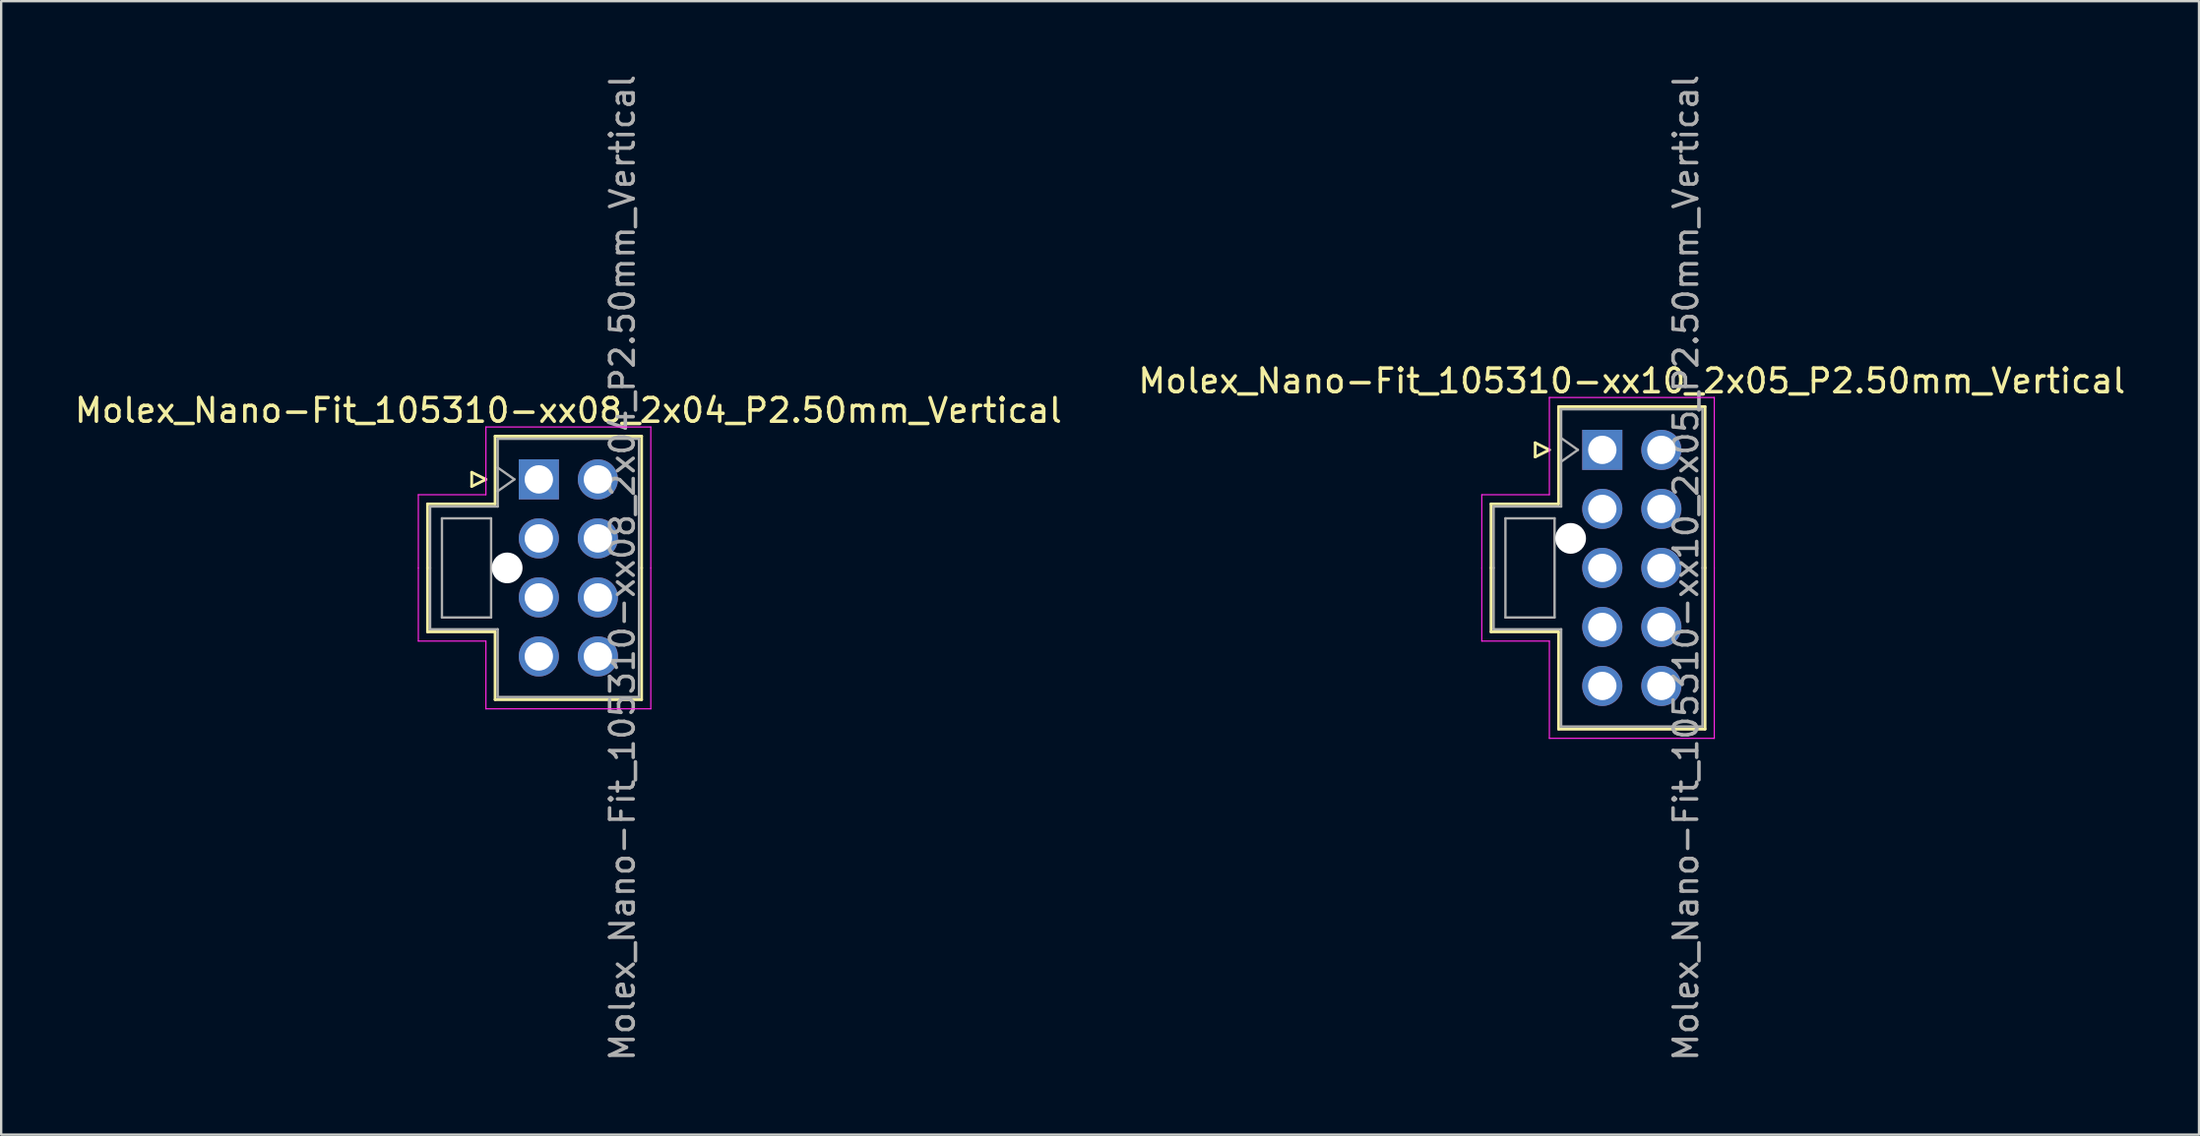
<source format=kicad_pcb>
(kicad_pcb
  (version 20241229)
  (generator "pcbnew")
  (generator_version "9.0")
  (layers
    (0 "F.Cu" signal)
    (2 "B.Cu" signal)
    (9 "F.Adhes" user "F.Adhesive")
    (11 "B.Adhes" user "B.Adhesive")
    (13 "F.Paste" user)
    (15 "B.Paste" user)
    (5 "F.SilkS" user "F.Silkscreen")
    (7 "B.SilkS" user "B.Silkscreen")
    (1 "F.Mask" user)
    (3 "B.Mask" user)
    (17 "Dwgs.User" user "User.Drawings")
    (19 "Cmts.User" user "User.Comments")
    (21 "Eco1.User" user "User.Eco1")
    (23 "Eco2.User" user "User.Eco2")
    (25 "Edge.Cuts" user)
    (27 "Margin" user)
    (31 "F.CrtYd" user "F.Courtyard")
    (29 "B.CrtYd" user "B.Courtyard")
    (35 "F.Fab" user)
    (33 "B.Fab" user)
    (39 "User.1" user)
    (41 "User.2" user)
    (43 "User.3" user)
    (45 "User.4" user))
  (footprint "Molex_Nano-Fit_105310-xx08_2x04_P2.50mm_Vertical"
    (layer "F.Cu")
    (at 19.756 17.256)
    (property "Reference" "Molex_Nano-Fit_105310-xx08_2x04_P2.50mm_Vertical" (at 1.25 -2.92 0) (layer "F.SilkS") (effects (font (size 1 1) (thickness 0.15))))
    (attr through_hole)
    (fp_line (start -4.71 1.04) (end -4.71 3.75) (stroke (width 0.12) (type solid)) (layer "F.SilkS"))
    (fp_line (start -4.71 6.46) (end -4.71 3.75) (stroke (width 0.12) (type solid)) (layer "F.SilkS"))
    (fp_line (start -2.84 -0.3) (end -2.24 0) (stroke (width 0.12) (type solid)) (layer "F.SilkS"))
    (fp_line (start -2.84 0.3) (end -2.84 -0.3) (stroke (width 0.12) (type solid)) (layer "F.SilkS"))
    (fp_line (start -2.24 0) (end -2.84 0.3) (stroke (width 0.12) (type solid)) (layer "F.SilkS"))
    (fp_line (start -1.85 -1.83) (end -1.85 1.04) (stroke (width 0.12) (type solid)) (layer "F.SilkS"))
    (fp_line (start -1.85 1.04) (end -4.71 1.04) (stroke (width 0.12) (type solid)) (layer "F.SilkS"))
    (fp_line (start -1.85 6.46) (end -4.71 6.46) (stroke (width 0.12) (type solid)) (layer "F.SilkS"))
    (fp_line (start -1.85 9.33) (end -1.85 6.46) (stroke (width 0.12) (type solid)) (layer "F.SilkS"))
    (fp_line (start 4.35 -1.83) (end -1.85 -1.83) (stroke (width 0.12) (type solid)) (layer "F.SilkS"))
    (fp_line (start 4.35 3.75) (end 4.35 -1.83) (stroke (width 0.12) (type solid)) (layer "F.SilkS"))
    (fp_line (start 4.35 3.75) (end 4.35 9.33) (stroke (width 0.12) (type solid)) (layer "F.SilkS"))
    (fp_line (start 4.35 9.33) (end -1.85 9.33) (stroke (width 0.12) (type solid)) (layer "F.SilkS"))
    (fp_line (start -5.1 0.65) (end -5.1 3.75) (stroke (width 0.05) (type solid)) (layer "F.CrtYd"))
    (fp_line (start -5.1 6.85) (end -5.1 3.75) (stroke (width 0.05) (type solid)) (layer "F.CrtYd"))
    (fp_line (start -2.24 -2.22) (end -2.24 0.65) (stroke (width 0.05) (type solid)) (layer "F.CrtYd"))
    (fp_line (start -2.24 0.65) (end -5.1 0.65) (stroke (width 0.05) (type solid)) (layer "F.CrtYd"))
    (fp_line (start -2.24 6.85) (end -5.1 6.85) (stroke (width 0.05) (type solid)) (layer "F.CrtYd"))
    (fp_line (start -2.24 9.72) (end -2.24 6.85) (stroke (width 0.05) (type solid)) (layer "F.CrtYd"))
    (fp_line (start 4.74 -2.22) (end -2.24 -2.22) (stroke (width 0.05) (type solid)) (layer "F.CrtYd"))
    (fp_line (start 4.74 3.75) (end 4.74 -2.22) (stroke (width 0.05) (type solid)) (layer "F.CrtYd"))
    (fp_line (start 4.74 3.75) (end 4.74 9.72) (stroke (width 0.05) (type solid)) (layer "F.CrtYd"))
    (fp_line (start 4.74 9.72) (end -2.24 9.72) (stroke (width 0.05) (type solid)) (layer "F.CrtYd"))
    (fp_line (start -4.6 1.15) (end -4.6 3.75) (stroke (width 0.1) (type solid)) (layer "F.Fab"))
    (fp_line (start -4.6 6.35) (end -4.6 3.75) (stroke (width 0.1) (type solid)) (layer "F.Fab"))
    (fp_line (start -4.1 1.65) (end -4.1 5.85) (stroke (width 0.1) (type solid)) (layer "F.Fab"))
    (fp_line (start -4.1 5.85) (end -2.02 5.85) (stroke (width 0.1) (type solid)) (layer "F.Fab"))
    (fp_line (start -2.02 1.65) (end -4.1 1.65) (stroke (width 0.1) (type solid)) (layer "F.Fab"))
    (fp_line (start -2.02 5.85) (end -2.02 1.65) (stroke (width 0.1) (type solid)) (layer "F.Fab"))
    (fp_line (start -1.74 -1.72) (end -1.74 1.15) (stroke (width 0.1) (type solid)) (layer "F.Fab"))
    (fp_line (start -1.74 -0.5) (end -1.033 0) (stroke (width 0.1) (type solid)) (layer "F.Fab"))
    (fp_line (start -1.74 1.15) (end -4.6 1.15) (stroke (width 0.1) (type solid)) (layer "F.Fab"))
    (fp_line (start -1.74 6.35) (end -4.6 6.35) (stroke (width 0.1) (type solid)) (layer "F.Fab"))
    (fp_line (start -1.74 9.22) (end -1.74 6.35) (stroke (width 0.1) (type solid)) (layer "F.Fab"))
    (fp_line (start -1.033 0) (end -1.74 0.5) (stroke (width 0.1) (type solid)) (layer "F.Fab"))
    (fp_line (start 4.24 -1.72) (end -1.74 -1.72) (stroke (width 0.1) (type solid)) (layer "F.Fab"))
    (fp_line (start 4.24 3.75) (end 4.24 -1.72) (stroke (width 0.1) (type solid)) (layer "F.Fab"))
    (fp_line (start 4.24 3.75) (end 4.24 9.22) (stroke (width 0.1) (type solid)) (layer "F.Fab"))
    (fp_line (start 4.24 9.22) (end -1.74 9.22) (stroke (width 0.1) (type solid)) (layer "F.Fab"))
    (fp_text user "${REFERENCE}" (at 3.54 3.75 90) (layer "F.Fab") (effects (font (size 1 1) (thickness 0.15))))
    (pad "" np_thru_hole circle (at -1.34 3.75) (size 1.3 1.3) (drill 1.3) (layers "*.Cu" "*.Mask"))
    (pad "1" thru_hole rect (at 0 0) (size 1.7 1.7) (drill 1.2) (layers "*.Cu" "*.Mask"))
    (pad "2" thru_hole circle (at 0 2.5) (size 1.7 1.7) (drill 1.2) (layers "*.Cu" "*.Mask"))
    (pad "3" thru_hole circle (at 0 5) (size 1.7 1.7) (drill 1.2) (layers "*.Cu" "*.Mask"))
    (pad "4" thru_hole circle (at 0 7.5) (size 1.7 1.7) (drill 1.2) (layers "*.Cu" "*.Mask"))
    (pad "5" thru_hole circle (at 2.5 0) (size 1.7 1.7) (drill 1.2) (layers "*.Cu" "*.Mask"))
    (pad "6" thru_hole circle (at 2.5 2.5) (size 1.7 1.7) (drill 1.2) (layers "*.Cu" "*.Mask"))
    (pad "7" thru_hole circle (at 2.5 5) (size 1.7 1.7) (drill 1.2) (layers "*.Cu" "*.Mask"))
    (pad "8" thru_hole circle (at 2.5 7.5) (size 1.7 1.7) (drill 1.2) (layers "*.Cu" "*.Mask")))
  (footprint "Molex_Nano-Fit_105310-xx10_2x05_P2.50mm_Vertical"
    (layer "F.Cu")
    (at 64.768 16.006)
    (property "Reference" "Molex_Nano-Fit_105310-xx10_2x05_P2.50mm_Vertical" (at 1.25 -2.92 0) (layer "F.SilkS") (effects (font (size 1 1) (thickness 0.15))))
    (attr through_hole)
    (fp_line (start -4.71 2.29) (end -4.71 5) (stroke (width 0.12) (type solid)) (layer "F.SilkS"))
    (fp_line (start -4.71 7.71) (end -4.71 5) (stroke (width 0.12) (type solid)) (layer "F.SilkS"))
    (fp_line (start -2.84 -0.3) (end -2.24 0) (stroke (width 0.12) (type solid)) (layer "F.SilkS"))
    (fp_line (start -2.84 0.3) (end -2.84 -0.3) (stroke (width 0.12) (type solid)) (layer "F.SilkS"))
    (fp_line (start -2.24 0) (end -2.84 0.3) (stroke (width 0.12) (type solid)) (layer "F.SilkS"))
    (fp_line (start -1.85 -1.83) (end -1.85 2.29) (stroke (width 0.12) (type solid)) (layer "F.SilkS"))
    (fp_line (start -1.85 2.29) (end -4.71 2.29) (stroke (width 0.12) (type solid)) (layer "F.SilkS"))
    (fp_line (start -1.85 7.71) (end -4.71 7.71) (stroke (width 0.12) (type solid)) (layer "F.SilkS"))
    (fp_line (start -1.85 11.83) (end -1.85 7.71) (stroke (width 0.12) (type solid)) (layer "F.SilkS"))
    (fp_line (start 4.35 -1.83) (end -1.85 -1.83) (stroke (width 0.12) (type solid)) (layer "F.SilkS"))
    (fp_line (start 4.35 5) (end 4.35 -1.83) (stroke (width 0.12) (type solid)) (layer "F.SilkS"))
    (fp_line (start 4.35 5) (end 4.35 11.83) (stroke (width 0.12) (type solid)) (layer "F.SilkS"))
    (fp_line (start 4.35 11.83) (end -1.85 11.83) (stroke (width 0.12) (type solid)) (layer "F.SilkS"))
    (fp_line (start -5.1 1.9) (end -5.1 5) (stroke (width 0.05) (type solid)) (layer "F.CrtYd"))
    (fp_line (start -5.1 8.1) (end -5.1 5) (stroke (width 0.05) (type solid)) (layer "F.CrtYd"))
    (fp_line (start -2.24 -2.22) (end -2.24 1.9) (stroke (width 0.05) (type solid)) (layer "F.CrtYd"))
    (fp_line (start -2.24 1.9) (end -5.1 1.9) (stroke (width 0.05) (type solid)) (layer "F.CrtYd"))
    (fp_line (start -2.24 8.1) (end -5.1 8.1) (stroke (width 0.05) (type solid)) (layer "F.CrtYd"))
    (fp_line (start -2.24 12.22) (end -2.24 8.1) (stroke (width 0.05) (type solid)) (layer "F.CrtYd"))
    (fp_line (start 4.74 -2.22) (end -2.24 -2.22) (stroke (width 0.05) (type solid)) (layer "F.CrtYd"))
    (fp_line (start 4.74 5) (end 4.74 -2.22) (stroke (width 0.05) (type solid)) (layer "F.CrtYd"))
    (fp_line (start 4.74 5) (end 4.74 12.22) (stroke (width 0.05) (type solid)) (layer "F.CrtYd"))
    (fp_line (start 4.74 12.22) (end -2.24 12.22) (stroke (width 0.05) (type solid)) (layer "F.CrtYd"))
    (fp_line (start -4.6 2.4) (end -4.6 5) (stroke (width 0.1) (type solid)) (layer "F.Fab"))
    (fp_line (start -4.6 7.6) (end -4.6 5) (stroke (width 0.1) (type solid)) (layer "F.Fab"))
    (fp_line (start -4.1 2.9) (end -4.1 7.1) (stroke (width 0.1) (type solid)) (layer "F.Fab"))
    (fp_line (start -4.1 7.1) (end -2.02 7.1) (stroke (width 0.1) (type solid)) (layer "F.Fab"))
    (fp_line (start -2.02 2.9) (end -4.1 2.9) (stroke (width 0.1) (type solid)) (layer "F.Fab"))
    (fp_line (start -2.02 7.1) (end -2.02 2.9) (stroke (width 0.1) (type solid)) (layer "F.Fab"))
    (fp_line (start -1.74 -1.72) (end -1.74 2.4) (stroke (width 0.1) (type solid)) (layer "F.Fab"))
    (fp_line (start -1.74 -0.5) (end -1.033 0) (stroke (width 0.1) (type solid)) (layer "F.Fab"))
    (fp_line (start -1.74 2.4) (end -4.6 2.4) (stroke (width 0.1) (type solid)) (layer "F.Fab"))
    (fp_line (start -1.74 7.6) (end -4.6 7.6) (stroke (width 0.1) (type solid)) (layer "F.Fab"))
    (fp_line (start -1.74 11.72) (end -1.74 7.6) (stroke (width 0.1) (type solid)) (layer "F.Fab"))
    (fp_line (start -1.033 0) (end -1.74 0.5) (stroke (width 0.1) (type solid)) (layer "F.Fab"))
    (fp_line (start 4.24 -1.72) (end -1.74 -1.72) (stroke (width 0.1) (type solid)) (layer "F.Fab"))
    (fp_line (start 4.24 5) (end 4.24 -1.72) (stroke (width 0.1) (type solid)) (layer "F.Fab"))
    (fp_line (start 4.24 5) (end 4.24 11.72) (stroke (width 0.1) (type solid)) (layer "F.Fab"))
    (fp_line (start 4.24 11.72) (end -1.74 11.72) (stroke (width 0.1) (type solid)) (layer "F.Fab"))
    (fp_text user "${REFERENCE}" (at 3.54 5 90) (layer "F.Fab") (effects (font (size 1 1) (thickness 0.15))))
    (pad "" np_thru_hole circle (at -1.34 3.75) (size 1.3 1.3) (drill 1.3) (layers "*.Cu" "*.Mask"))
    (pad "1" thru_hole rect (at 0 0) (size 1.7 1.7) (drill 1.2) (layers "*.Cu" "*.Mask"))
    (pad "2" thru_hole circle (at 0 2.5) (size 1.7 1.7) (drill 1.2) (layers "*.Cu" "*.Mask"))
    (pad "3" thru_hole circle (at 0 5) (size 1.7 1.7) (drill 1.2) (layers "*.Cu" "*.Mask"))
    (pad "4" thru_hole circle (at 0 7.5) (size 1.7 1.7) (drill 1.2) (layers "*.Cu" "*.Mask"))
    (pad "5" thru_hole circle (at 0 10) (size 1.7 1.7) (drill 1.2) (layers "*.Cu" "*.Mask"))
    (pad "6" thru_hole circle (at 2.5 0) (size 1.7 1.7) (drill 1.2) (layers "*.Cu" "*.Mask"))
    (pad "7" thru_hole circle (at 2.5 2.5) (size 1.7 1.7) (drill 1.2) (layers "*.Cu" "*.Mask"))
    (pad "8" thru_hole circle (at 2.5 5) (size 1.7 1.7) (drill 1.2) (layers "*.Cu" "*.Mask"))
    (pad "9" thru_hole circle (at 2.5 7.5) (size 1.7 1.7) (drill 1.2) (layers "*.Cu" "*.Mask"))
    (pad "10" thru_hole circle (at 2.5 10) (size 1.7 1.7) (drill 1.2) (layers "*.Cu" "*.Mask")))
  (gr_rect
    (start -3 -3)
    (end 90.024 45.012)
    (stroke (width 0.1) (type default))
    (fill no)
    (layer "Edge.Cuts")))
</source>
